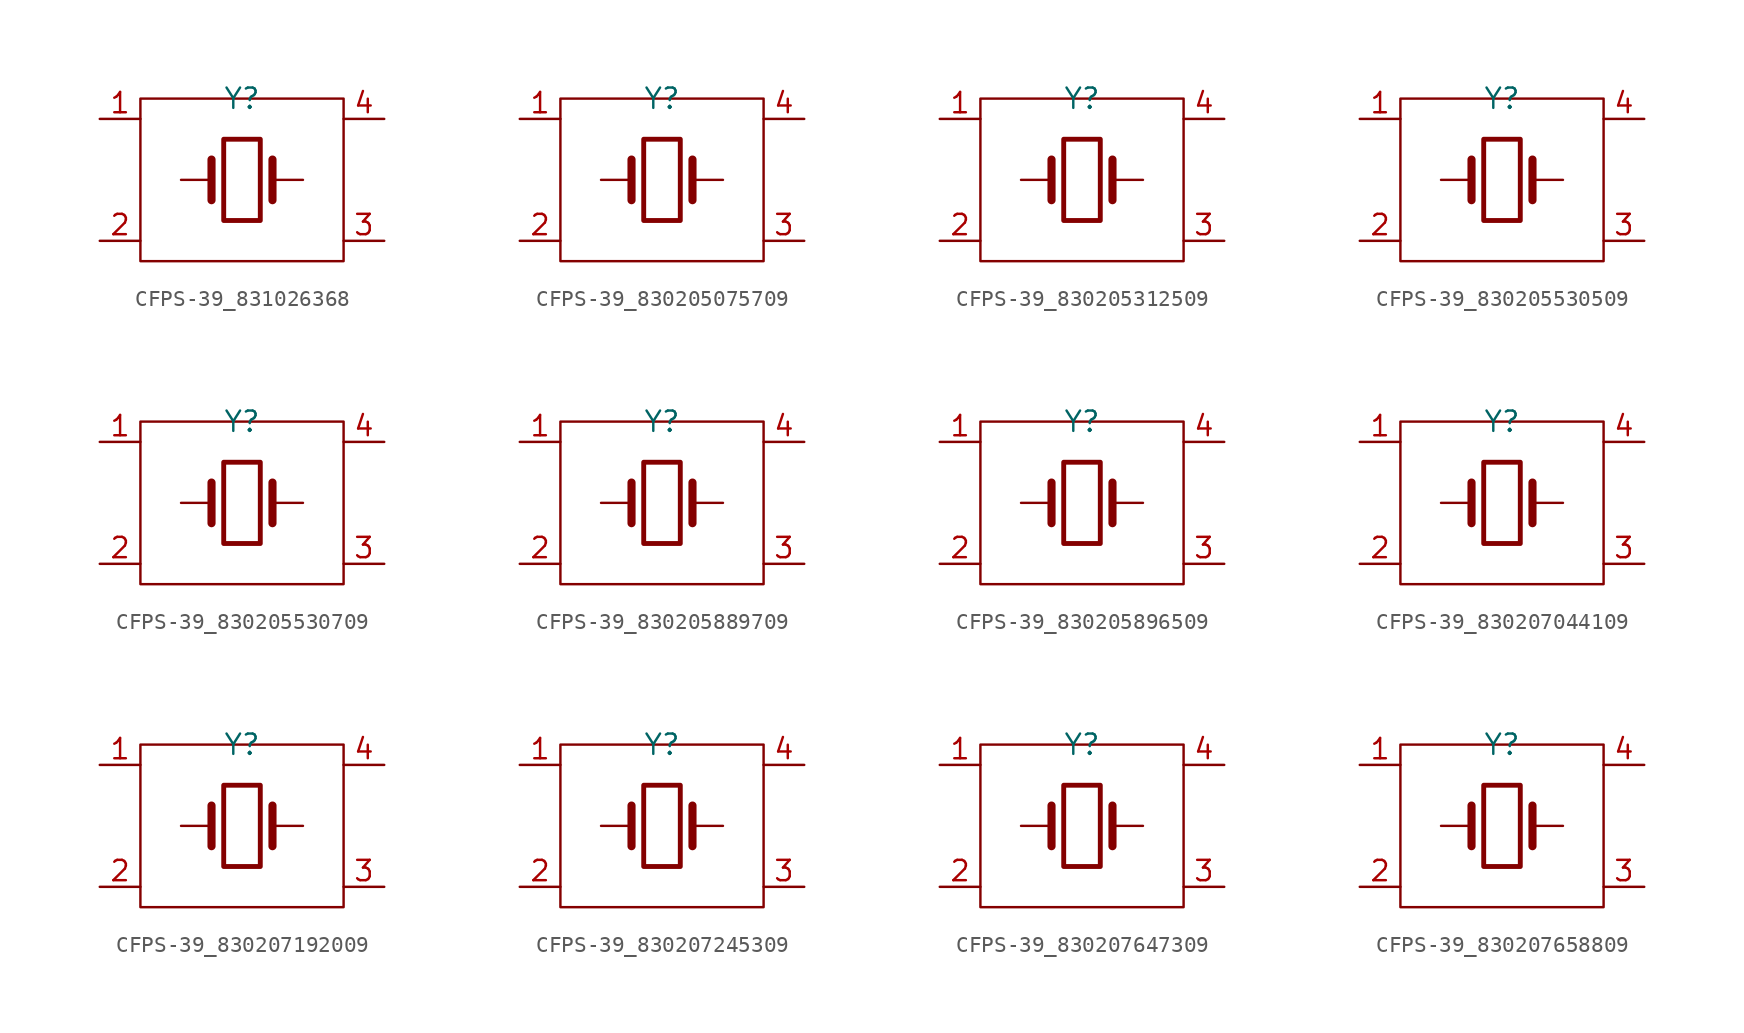
<source format=kicad_sym>
(kicad_symbol_lib
  (version 20220914)
  (generator kicad_symbol_editor)
  (symbol "CFPS-39_831026368"
    (pin_names hide)
    (property "Reference" "Y"
      (at 0 5.08 0)
      (effects (font (size 1.27 1.27))))
    (property "Critical Parameter" ""
      (at 0 -5.08 0)
      (effects (font (size 1.27 1.27)) (justify left)))
    (symbol "CFPS-39_831026368_0_1"
      (rectangle (start -6.35 5.08) (end 6.35 -5.08) (stroke (width 0) (type default)) (fill (type none)))
      (rectangle (start -1.143 2.54) (end 1.143 -2.54) (stroke (width 0.305) (type default)) (fill (type none)))
      (polyline (pts (xy -3.81 0) (xy -1.905 0)) (stroke (width 0) (type default)) (fill (type none)))
      (polyline (pts (xy -1.905 -1.27) (xy -1.905 1.27)) (stroke (width 0.508) (type default)) (fill (type none)))
      (polyline (pts (xy 1.905 -1.27) (xy 1.905 1.27)) (stroke (width 0.508) (type default)) (fill (type none)))
      (polyline (pts (xy 3.81 0) (xy 1.905 0)) (stroke (width 0) (type default)) (fill (type none))))
    (symbol "CFPS-39_831026368_1_1"
      (pin passive line (at -8.89 3.81 0) (length 2.54) (name "E/D" (effects (font (size 1.27 1.27)))) (number "1" (effects (font (size 1.27 1.27)))))
      (pin passive line (at -8.89 -3.81 0) (length 2.54) (name "GND" (effects (font (size 1.27 1.27)))) (number "2" (effects (font (size 1.27 1.27)))))
      (pin passive line (at 8.89 -3.81 180) (length 2.54) (name "OUT" (effects (font (size 1.27 1.27)))) (number "3" (effects (font (size 1.27 1.27)))))
      (pin passive line (at 8.89 3.81 180) (length 2.54) (name "+VS" (effects (font (size 1.27 1.27)))) (number "4" (effects (font (size 1.27 1.27)))))))
  (symbol "CFPS-39_830205075709"
    (pin_names hide)
    (property "Reference" "Y"
      (at 0 5.08 0)
      (effects (font (size 1.27 1.27))))
    (property "Critical Parameter" ""
      (at 0 -5.08 0)
      (effects (font (size 1.27 1.27)) (justify left)))
    (symbol "CFPS-39_830205075709_0_1"
      (rectangle (start -6.35 5.08) (end 6.35 -5.08) (stroke (width 0) (type default)) (fill (type none)))
      (rectangle (start -1.143 2.54) (end 1.143 -2.54) (stroke (width 0.305) (type default)) (fill (type none)))
      (polyline (pts (xy -3.81 0) (xy -1.905 0)) (stroke (width 0) (type default)) (fill (type none)))
      (polyline (pts (xy -1.905 -1.27) (xy -1.905 1.27)) (stroke (width 0.508) (type default)) (fill (type none)))
      (polyline (pts (xy 1.905 -1.27) (xy 1.905 1.27)) (stroke (width 0.508) (type default)) (fill (type none)))
      (polyline (pts (xy 3.81 0) (xy 1.905 0)) (stroke (width 0) (type default)) (fill (type none))))
    (symbol "CFPS-39_830205075709_1_1"
      (pin passive line (at -8.89 3.81 0) (length 2.54) (name "E/D" (effects (font (size 1.27 1.27)))) (number "1" (effects (font (size 1.27 1.27)))))
      (pin passive line (at -8.89 -3.81 0) (length 2.54) (name "GND" (effects (font (size 1.27 1.27)))) (number "2" (effects (font (size 1.27 1.27)))))
      (pin passive line (at 8.89 -3.81 180) (length 2.54) (name "OUT" (effects (font (size 1.27 1.27)))) (number "3" (effects (font (size 1.27 1.27)))))
      (pin passive line (at 8.89 3.81 180) (length 2.54) (name "+VS" (effects (font (size 1.27 1.27)))) (number "4" (effects (font (size 1.27 1.27)))))))
  (symbol "CFPS-39_830205312509"
    (pin_names hide)
    (property "Reference" "Y"
      (at 0 5.08 0)
      (effects (font (size 1.27 1.27))))
    (property "Critical Parameter" ""
      (at 0 -5.08 0)
      (effects (font (size 1.27 1.27)) (justify left)))
    (symbol "CFPS-39_830205312509_0_1"
      (rectangle (start -6.35 5.08) (end 6.35 -5.08) (stroke (width 0) (type default)) (fill (type none)))
      (rectangle (start -1.143 2.54) (end 1.143 -2.54) (stroke (width 0.305) (type default)) (fill (type none)))
      (polyline (pts (xy -3.81 0) (xy -1.905 0)) (stroke (width 0) (type default)) (fill (type none)))
      (polyline (pts (xy -1.905 -1.27) (xy -1.905 1.27)) (stroke (width 0.508) (type default)) (fill (type none)))
      (polyline (pts (xy 1.905 -1.27) (xy 1.905 1.27)) (stroke (width 0.508) (type default)) (fill (type none)))
      (polyline (pts (xy 3.81 0) (xy 1.905 0)) (stroke (width 0) (type default)) (fill (type none))))
    (symbol "CFPS-39_830205312509_1_1"
      (pin passive line (at -8.89 3.81 0) (length 2.54) (name "E/D" (effects (font (size 1.27 1.27)))) (number "1" (effects (font (size 1.27 1.27)))))
      (pin passive line (at -8.89 -3.81 0) (length 2.54) (name "GND" (effects (font (size 1.27 1.27)))) (number "2" (effects (font (size 1.27 1.27)))))
      (pin passive line (at 8.89 -3.81 180) (length 2.54) (name "OUT" (effects (font (size 1.27 1.27)))) (number "3" (effects (font (size 1.27 1.27)))))
      (pin passive line (at 8.89 3.81 180) (length 2.54) (name "+VS" (effects (font (size 1.27 1.27)))) (number "4" (effects (font (size 1.27 1.27)))))))
  (symbol "CFPS-39_830205530509"
    (pin_names hide)
    (property "Reference" "Y"
      (at 0 5.08 0)
      (effects (font (size 1.27 1.27))))
    (property "Critical Parameter" ""
      (at 0 -5.08 0)
      (effects (font (size 1.27 1.27)) (justify left)))
    (symbol "CFPS-39_830205530509_0_1"
      (rectangle (start -6.35 5.08) (end 6.35 -5.08) (stroke (width 0) (type default)) (fill (type none)))
      (rectangle (start -1.143 2.54) (end 1.143 -2.54) (stroke (width 0.305) (type default)) (fill (type none)))
      (polyline (pts (xy -3.81 0) (xy -1.905 0)) (stroke (width 0) (type default)) (fill (type none)))
      (polyline (pts (xy -1.905 -1.27) (xy -1.905 1.27)) (stroke (width 0.508) (type default)) (fill (type none)))
      (polyline (pts (xy 1.905 -1.27) (xy 1.905 1.27)) (stroke (width 0.508) (type default)) (fill (type none)))
      (polyline (pts (xy 3.81 0) (xy 1.905 0)) (stroke (width 0) (type default)) (fill (type none))))
    (symbol "CFPS-39_830205530509_1_1"
      (pin passive line (at -8.89 3.81 0) (length 2.54) (name "E/D" (effects (font (size 1.27 1.27)))) (number "1" (effects (font (size 1.27 1.27)))))
      (pin passive line (at -8.89 -3.81 0) (length 2.54) (name "GND" (effects (font (size 1.27 1.27)))) (number "2" (effects (font (size 1.27 1.27)))))
      (pin passive line (at 8.89 -3.81 180) (length 2.54) (name "OUT" (effects (font (size 1.27 1.27)))) (number "3" (effects (font (size 1.27 1.27)))))
      (pin passive line (at 8.89 3.81 180) (length 2.54) (name "+VS" (effects (font (size 1.27 1.27)))) (number "4" (effects (font (size 1.27 1.27)))))))
  (symbol "CFPS-39_830205530709"
    (pin_names hide)
    (property "Reference" "Y"
      (at 0 5.08 0)
      (effects (font (size 1.27 1.27))))
    (property "Critical Parameter" ""
      (at 0 -5.08 0)
      (effects (font (size 1.27 1.27)) (justify left)))
    (symbol "CFPS-39_830205530709_0_1"
      (rectangle (start -6.35 5.08) (end 6.35 -5.08) (stroke (width 0) (type default)) (fill (type none)))
      (rectangle (start -1.143 2.54) (end 1.143 -2.54) (stroke (width 0.305) (type default)) (fill (type none)))
      (polyline (pts (xy -3.81 0) (xy -1.905 0)) (stroke (width 0) (type default)) (fill (type none)))
      (polyline (pts (xy -1.905 -1.27) (xy -1.905 1.27)) (stroke (width 0.508) (type default)) (fill (type none)))
      (polyline (pts (xy 1.905 -1.27) (xy 1.905 1.27)) (stroke (width 0.508) (type default)) (fill (type none)))
      (polyline (pts (xy 3.81 0) (xy 1.905 0)) (stroke (width 0) (type default)) (fill (type none))))
    (symbol "CFPS-39_830205530709_1_1"
      (pin passive line (at -8.89 3.81 0) (length 2.54) (name "E/D" (effects (font (size 1.27 1.27)))) (number "1" (effects (font (size 1.27 1.27)))))
      (pin passive line (at -8.89 -3.81 0) (length 2.54) (name "GND" (effects (font (size 1.27 1.27)))) (number "2" (effects (font (size 1.27 1.27)))))
      (pin passive line (at 8.89 -3.81 180) (length 2.54) (name "OUT" (effects (font (size 1.27 1.27)))) (number "3" (effects (font (size 1.27 1.27)))))
      (pin passive line (at 8.89 3.81 180) (length 2.54) (name "+VS" (effects (font (size 1.27 1.27)))) (number "4" (effects (font (size 1.27 1.27)))))))
  (symbol "CFPS-39_830205889709"
    (pin_names hide)
    (property "Reference" "Y"
      (at 0 5.08 0)
      (effects (font (size 1.27 1.27))))
    (property "Critical Parameter" ""
      (at 0 -5.08 0)
      (effects (font (size 1.27 1.27)) (justify left)))
    (symbol "CFPS-39_830205889709_0_1"
      (rectangle (start -6.35 5.08) (end 6.35 -5.08) (stroke (width 0) (type default)) (fill (type none)))
      (rectangle (start -1.143 2.54) (end 1.143 -2.54) (stroke (width 0.305) (type default)) (fill (type none)))
      (polyline (pts (xy -3.81 0) (xy -1.905 0)) (stroke (width 0) (type default)) (fill (type none)))
      (polyline (pts (xy -1.905 -1.27) (xy -1.905 1.27)) (stroke (width 0.508) (type default)) (fill (type none)))
      (polyline (pts (xy 1.905 -1.27) (xy 1.905 1.27)) (stroke (width 0.508) (type default)) (fill (type none)))
      (polyline (pts (xy 3.81 0) (xy 1.905 0)) (stroke (width 0) (type default)) (fill (type none))))
    (symbol "CFPS-39_830205889709_1_1"
      (pin passive line (at -8.89 3.81 0) (length 2.54) (name "E/D" (effects (font (size 1.27 1.27)))) (number "1" (effects (font (size 1.27 1.27)))))
      (pin passive line (at -8.89 -3.81 0) (length 2.54) (name "GND" (effects (font (size 1.27 1.27)))) (number "2" (effects (font (size 1.27 1.27)))))
      (pin passive line (at 8.89 -3.81 180) (length 2.54) (name "OUT" (effects (font (size 1.27 1.27)))) (number "3" (effects (font (size 1.27 1.27)))))
      (pin passive line (at 8.89 3.81 180) (length 2.54) (name "+VS" (effects (font (size 1.27 1.27)))) (number "4" (effects (font (size 1.27 1.27)))))))
  (symbol "CFPS-39_830205896509"
    (pin_names hide)
    (property "Reference" "Y"
      (at 0 5.08 0)
      (effects (font (size 1.27 1.27))))
    (property "Critical Parameter" ""
      (at 0 -5.08 0)
      (effects (font (size 1.27 1.27)) (justify left)))
    (symbol "CFPS-39_830205896509_0_1"
      (rectangle (start -6.35 5.08) (end 6.35 -5.08) (stroke (width 0) (type default)) (fill (type none)))
      (rectangle (start -1.143 2.54) (end 1.143 -2.54) (stroke (width 0.305) (type default)) (fill (type none)))
      (polyline (pts (xy -3.81 0) (xy -1.905 0)) (stroke (width 0) (type default)) (fill (type none)))
      (polyline (pts (xy -1.905 -1.27) (xy -1.905 1.27)) (stroke (width 0.508) (type default)) (fill (type none)))
      (polyline (pts (xy 1.905 -1.27) (xy 1.905 1.27)) (stroke (width 0.508) (type default)) (fill (type none)))
      (polyline (pts (xy 3.81 0) (xy 1.905 0)) (stroke (width 0) (type default)) (fill (type none))))
    (symbol "CFPS-39_830205896509_1_1"
      (pin passive line (at -8.89 3.81 0) (length 2.54) (name "E/D" (effects (font (size 1.27 1.27)))) (number "1" (effects (font (size 1.27 1.27)))))
      (pin passive line (at -8.89 -3.81 0) (length 2.54) (name "GND" (effects (font (size 1.27 1.27)))) (number "2" (effects (font (size 1.27 1.27)))))
      (pin passive line (at 8.89 -3.81 180) (length 2.54) (name "OUT" (effects (font (size 1.27 1.27)))) (number "3" (effects (font (size 1.27 1.27)))))
      (pin passive line (at 8.89 3.81 180) (length 2.54) (name "+VS" (effects (font (size 1.27 1.27)))) (number "4" (effects (font (size 1.27 1.27)))))))
  (symbol "CFPS-39_830207044109"
    (pin_names hide)
    (property "Reference" "Y"
      (at 0 5.08 0)
      (effects (font (size 1.27 1.27))))
    (property "Critical Parameter" ""
      (at 0 -5.08 0)
      (effects (font (size 1.27 1.27)) (justify left)))
    (symbol "CFPS-39_830207044109_0_1"
      (rectangle (start -6.35 5.08) (end 6.35 -5.08) (stroke (width 0) (type default)) (fill (type none)))
      (rectangle (start -1.143 2.54) (end 1.143 -2.54) (stroke (width 0.305) (type default)) (fill (type none)))
      (polyline (pts (xy -3.81 0) (xy -1.905 0)) (stroke (width 0) (type default)) (fill (type none)))
      (polyline (pts (xy -1.905 -1.27) (xy -1.905 1.27)) (stroke (width 0.508) (type default)) (fill (type none)))
      (polyline (pts (xy 1.905 -1.27) (xy 1.905 1.27)) (stroke (width 0.508) (type default)) (fill (type none)))
      (polyline (pts (xy 3.81 0) (xy 1.905 0)) (stroke (width 0) (type default)) (fill (type none))))
    (symbol "CFPS-39_830207044109_1_1"
      (pin passive line (at -8.89 3.81 0) (length 2.54) (name "E/D" (effects (font (size 1.27 1.27)))) (number "1" (effects (font (size 1.27 1.27)))))
      (pin passive line (at -8.89 -3.81 0) (length 2.54) (name "GND" (effects (font (size 1.27 1.27)))) (number "2" (effects (font (size 1.27 1.27)))))
      (pin passive line (at 8.89 -3.81 180) (length 2.54) (name "OUT" (effects (font (size 1.27 1.27)))) (number "3" (effects (font (size 1.27 1.27)))))
      (pin passive line (at 8.89 3.81 180) (length 2.54) (name "+VS" (effects (font (size 1.27 1.27)))) (number "4" (effects (font (size 1.27 1.27)))))))
  (symbol "CFPS-39_830207192009"
    (pin_names hide)
    (property "Reference" "Y"
      (at 0 5.08 0)
      (effects (font (size 1.27 1.27))))
    (property "Critical Parameter" ""
      (at 0 -5.08 0)
      (effects (font (size 1.27 1.27)) (justify left)))
    (symbol "CFPS-39_830207192009_0_1"
      (rectangle (start -6.35 5.08) (end 6.35 -5.08) (stroke (width 0) (type default)) (fill (type none)))
      (rectangle (start -1.143 2.54) (end 1.143 -2.54) (stroke (width 0.305) (type default)) (fill (type none)))
      (polyline (pts (xy -3.81 0) (xy -1.905 0)) (stroke (width 0) (type default)) (fill (type none)))
      (polyline (pts (xy -1.905 -1.27) (xy -1.905 1.27)) (stroke (width 0.508) (type default)) (fill (type none)))
      (polyline (pts (xy 1.905 -1.27) (xy 1.905 1.27)) (stroke (width 0.508) (type default)) (fill (type none)))
      (polyline (pts (xy 3.81 0) (xy 1.905 0)) (stroke (width 0) (type default)) (fill (type none))))
    (symbol "CFPS-39_830207192009_1_1"
      (pin passive line (at -8.89 3.81 0) (length 2.54) (name "E/D" (effects (font (size 1.27 1.27)))) (number "1" (effects (font (size 1.27 1.27)))))
      (pin passive line (at -8.89 -3.81 0) (length 2.54) (name "GND" (effects (font (size 1.27 1.27)))) (number "2" (effects (font (size 1.27 1.27)))))
      (pin passive line (at 8.89 -3.81 180) (length 2.54) (name "OUT" (effects (font (size 1.27 1.27)))) (number "3" (effects (font (size 1.27 1.27)))))
      (pin passive line (at 8.89 3.81 180) (length 2.54) (name "+VS" (effects (font (size 1.27 1.27)))) (number "4" (effects (font (size 1.27 1.27)))))))
  (symbol "CFPS-39_830207245309"
    (pin_names hide)
    (property "Reference" "Y"
      (at 0 5.08 0)
      (effects (font (size 1.27 1.27))))
    (property "Critical Parameter" ""
      (at 0 -5.08 0)
      (effects (font (size 1.27 1.27)) (justify left)))
    (symbol "CFPS-39_830207245309_0_1"
      (rectangle (start -6.35 5.08) (end 6.35 -5.08) (stroke (width 0) (type default)) (fill (type none)))
      (rectangle (start -1.143 2.54) (end 1.143 -2.54) (stroke (width 0.305) (type default)) (fill (type none)))
      (polyline (pts (xy -3.81 0) (xy -1.905 0)) (stroke (width 0) (type default)) (fill (type none)))
      (polyline (pts (xy -1.905 -1.27) (xy -1.905 1.27)) (stroke (width 0.508) (type default)) (fill (type none)))
      (polyline (pts (xy 1.905 -1.27) (xy 1.905 1.27)) (stroke (width 0.508) (type default)) (fill (type none)))
      (polyline (pts (xy 3.81 0) (xy 1.905 0)) (stroke (width 0) (type default)) (fill (type none))))
    (symbol "CFPS-39_830207245309_1_1"
      (pin passive line (at -8.89 3.81 0) (length 2.54) (name "E/D" (effects (font (size 1.27 1.27)))) (number "1" (effects (font (size 1.27 1.27)))))
      (pin passive line (at -8.89 -3.81 0) (length 2.54) (name "GND" (effects (font (size 1.27 1.27)))) (number "2" (effects (font (size 1.27 1.27)))))
      (pin passive line (at 8.89 -3.81 180) (length 2.54) (name "OUT" (effects (font (size 1.27 1.27)))) (number "3" (effects (font (size 1.27 1.27)))))
      (pin passive line (at 8.89 3.81 180) (length 2.54) (name "+VS" (effects (font (size 1.27 1.27)))) (number "4" (effects (font (size 1.27 1.27)))))))
  (symbol "CFPS-39_830207647309"
    (pin_names hide)
    (property "Reference" "Y"
      (at 0 5.08 0)
      (effects (font (size 1.27 1.27))))
    (property "Critical Parameter" ""
      (at 0 -5.08 0)
      (effects (font (size 1.27 1.27)) (justify left)))
    (symbol "CFPS-39_830207647309_0_1"
      (rectangle (start -6.35 5.08) (end 6.35 -5.08) (stroke (width 0) (type default)) (fill (type none)))
      (rectangle (start -1.143 2.54) (end 1.143 -2.54) (stroke (width 0.305) (type default)) (fill (type none)))
      (polyline (pts (xy -3.81 0) (xy -1.905 0)) (stroke (width 0) (type default)) (fill (type none)))
      (polyline (pts (xy -1.905 -1.27) (xy -1.905 1.27)) (stroke (width 0.508) (type default)) (fill (type none)))
      (polyline (pts (xy 1.905 -1.27) (xy 1.905 1.27)) (stroke (width 0.508) (type default)) (fill (type none)))
      (polyline (pts (xy 3.81 0) (xy 1.905 0)) (stroke (width 0) (type default)) (fill (type none))))
    (symbol "CFPS-39_830207647309_1_1"
      (pin passive line (at -8.89 3.81 0) (length 2.54) (name "E/D" (effects (font (size 1.27 1.27)))) (number "1" (effects (font (size 1.27 1.27)))))
      (pin passive line (at -8.89 -3.81 0) (length 2.54) (name "GND" (effects (font (size 1.27 1.27)))) (number "2" (effects (font (size 1.27 1.27)))))
      (pin passive line (at 8.89 -3.81 180) (length 2.54) (name "OUT" (effects (font (size 1.27 1.27)))) (number "3" (effects (font (size 1.27 1.27)))))
      (pin passive line (at 8.89 3.81 180) (length 2.54) (name "+VS" (effects (font (size 1.27 1.27)))) (number "4" (effects (font (size 1.27 1.27)))))))
  (symbol "CFPS-39_830207658809"
    (pin_names hide)
    (property "Reference" "Y"
      (at 0 5.08 0)
      (effects (font (size 1.27 1.27))))
    (property "Critical Parameter" ""
      (at 0 -5.08 0)
      (effects (font (size 1.27 1.27)) (justify left)))
    (symbol "CFPS-39_830207658809_0_1"
      (rectangle (start -6.35 5.08) (end 6.35 -5.08) (stroke (width 0) (type default)) (fill (type none)))
      (rectangle (start -1.143 2.54) (end 1.143 -2.54) (stroke (width 0.305) (type default)) (fill (type none)))
      (polyline (pts (xy -3.81 0) (xy -1.905 0)) (stroke (width 0) (type default)) (fill (type none)))
      (polyline (pts (xy -1.905 -1.27) (xy -1.905 1.27)) (stroke (width 0.508) (type default)) (fill (type none)))
      (polyline (pts (xy 1.905 -1.27) (xy 1.905 1.27)) (stroke (width 0.508) (type default)) (fill (type none)))
      (polyline (pts (xy 3.81 0) (xy 1.905 0)) (stroke (width 0) (type default)) (fill (type none))))
    (symbol "CFPS-39_830207658809_1_1"
      (pin passive line (at -8.89 3.81 0) (length 2.54) (name "E/D" (effects (font (size 1.27 1.27)))) (number "1" (effects (font (size 1.27 1.27)))))
      (pin passive line (at -8.89 -3.81 0) (length 2.54) (name "GND" (effects (font (size 1.27 1.27)))) (number "2" (effects (font (size 1.27 1.27)))))
      (pin passive line (at 8.89 -3.81 180) (length 2.54) (name "OUT" (effects (font (size 1.27 1.27)))) (number "3" (effects (font (size 1.27 1.27)))))
      (pin passive line (at 8.89 3.81 180) (length 2.54) (name "+VS" (effects (font (size 1.27 1.27)))) (number "4" (effects (font (size 1.27 1.27))))))))
</source>
